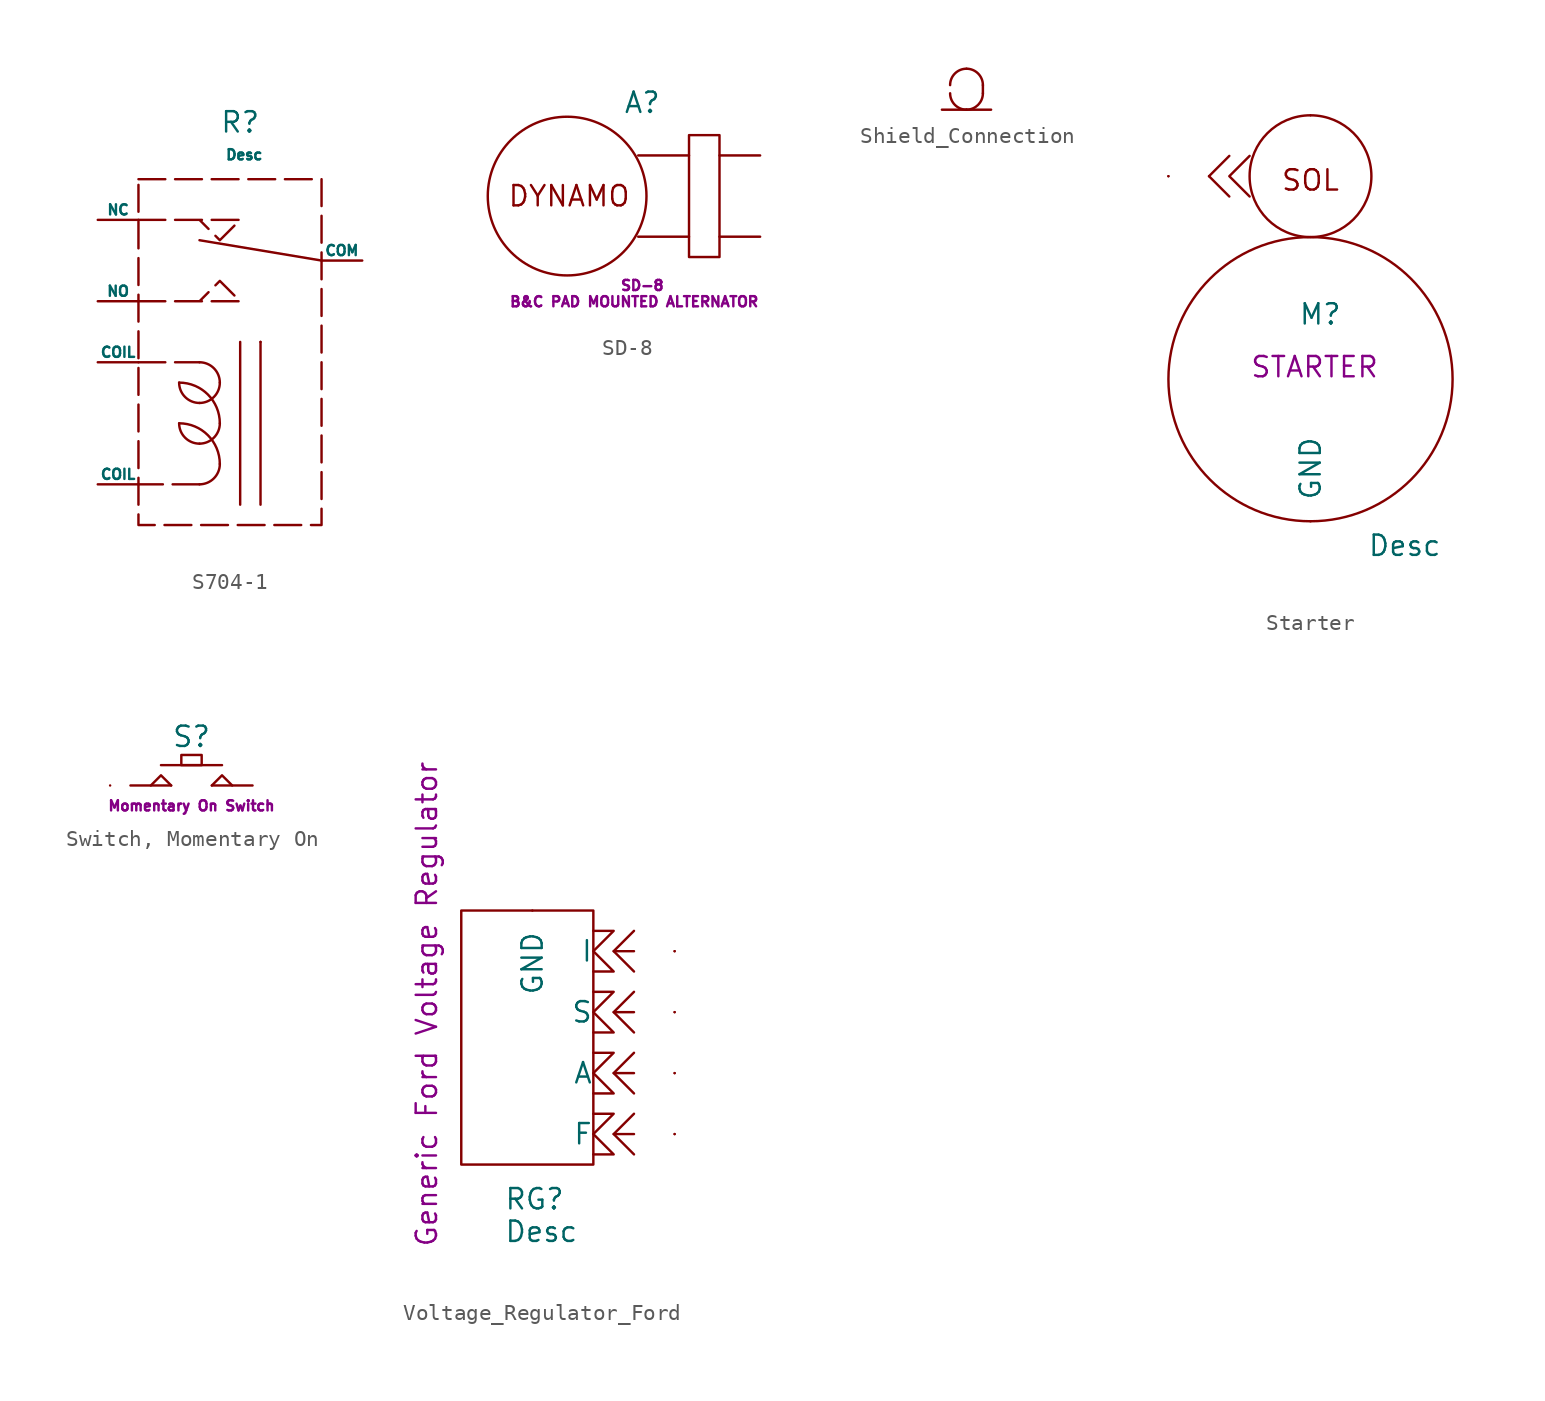
<source format=kicad_sym>
(kicad_symbol_lib
  (version 20231120)
  (generator "kicad_symbol_editor")
  (generator_version "8.0")
  (symbol "S704-1"
    (pin_numbers hide)
    (pin_names
      (offset 0))
    (property "Reference" "R"
      (at 0 16.256 0)
      (do_not_autoplace)
      (effects (font (size 1.27 1.27))))
    (property "Value" "Desc"
      (at 0.254 14.224 0)
      (do_not_autoplace)
      (effects (font (size 0.635 0.635))))
    (symbol "S704-1_0_1"
      (arc (start -3.81 -2.54) (mid -3.438 -3.438) (end -2.54 -3.81) (stroke (width 0) (type default)) (fill (type none)))
      (arc (start -3.81 0) (mid -3.438 -0.898) (end -2.54 -1.27) (stroke (width 0) (type default)) (fill (type none)))
      (arc (start -2.54 -6.35) (mid -1.642 -5.978) (end -1.27 -5.08) (stroke (width 0) (type default)) (fill (type none)))
      (arc (start -2.54 -3.81) (mid -1.642 -3.438) (end -1.27 -2.54) (stroke (width 0) (type default)) (fill (type none)))
      (arc (start -2.54 -1.27) (mid -1.642 -0.898) (end -1.27 0) (stroke (width 0) (type default)) (fill (type none)))
      (arc (start -1.27 -5.08) (mid -2.0139 -3.2839) (end -3.81 -2.54) (stroke (width 0) (type default)) (fill (type none)))
      (arc (start -1.27 -2.54) (mid -2.0139 -0.7439) (end -3.81 0) (stroke (width 0) (type default)) (fill (type none)))
      (arc (start -1.27 0) (mid -1.642 0.898) (end -2.54 1.27) (stroke (width 0) (type default)) (fill (type none)))
      (polyline (pts (xy 0 2.54) (xy 0 -7.62)) (stroke (width 0) (type default)) (fill (type none)))
      (polyline (pts (xy 1.27 2.54) (xy 1.27 -7.62)) (stroke (width 0) (type default)) (fill (type none)))
      (polyline (pts (xy 1.27 2.54) (xy 1.27 2.54)) (stroke (width 0) (type default)) (fill (type none)))
      (polyline (pts (xy 5.08 7.62) (xy -2.54 8.89)) (stroke (width 0) (type default)) (fill (type none))))
    (symbol "S704-1_1_1"
      (rectangle (start -6.35 12.7) (end 5.08 -8.89) (stroke (width 0) (type dash)) (fill (type none)))
      (polyline (pts (xy -6.35 1.27) (xy -2.54 1.27)) (stroke (width 0) (type default)) (fill (type none)))
      (polyline (pts (xy -2.54 -6.35) (xy -6.35 -6.35)) (stroke (width 0) (type default)) (fill (type none)))
      (polyline (pts (xy -6.35 5.08) (xy 0 5.08) (xy -1.27 6.35) (xy -2.54 5.08)) (stroke (width 0) (type default)) (fill (type none)))
      (polyline (pts (xy -6.35 10.16) (xy 0 10.16) (xy -1.27 8.89) (xy -2.54 10.16)) (stroke (width 0) (type default)) (fill (type none)))
      (pin passive line (at -8.89 -6.35 0) (length 2.54) (name "COIL" (effects (font (size 0.635 0.635)))) (number "" (effects (font (size 1.27 1.27)))))
      (pin passive line (at -8.89 1.27 0) (length 2.54) (name "COIL" (effects (font (size 0.635 0.635)))) (number "" (effects (font (size 1.27 1.27)))))
      (pin passive line (at 7.62 7.62 180) (length 2.54) (name "COM" (effects (font (size 0.635 0.635)))) (number "" (effects (font (size 1.27 1.27)))))
      (pin passive line (at -8.89 10.16 0) (length 2.54) (name "NC" (effects (font (size 0.635 0.635)))) (number "" (effects (font (size 1.27 1.27)))))
      (pin passive line (at -8.89 5.08 0) (length 2.54) (name "NO" (effects (font (size 0.635 0.635)))) (number "" (effects (font (size 1.27 1.27)))))))
  (symbol "SD-8"
    (pin_numbers hide)
    (pin_names hide)
    (property "Reference" "A"
      (at -1.016 5.842 0)
      (do_not_autoplace)
      (effects (font (size 1.27 1.27))))
    (property "Datasheet" "SD-8"
      (at -1.016 -5.588 0)
      (do_not_autoplace)
      (effects (font (size 0.635 0.635))))
    (property "Description" "B&C PAD MOUNTED ALTERNATOR"
      (at -1.524 -6.604 0)
      (do_not_autoplace)
      (effects (font (size 0.635 0.635))))
    (symbol "SD-8_0_1"
      (rectangle (start 1.905 3.81) (end 3.81 -3.81) (stroke (width 0) (type default)) (fill (type none))))
    (symbol "SD-8_1_1"
      (circle (center -5.715 0) (radius 4.96) (stroke (width 0) (type default)) (fill (type none)))
      (polyline (pts (xy -1.27 2.54) (xy 1.905 2.54)) (stroke (width 0) (type default)) (fill (type none)))
      (polyline (pts (xy 1.905 -2.54) (xy -1.27 -2.54)) (stroke (width 0) (type default)) (fill (type none)))
      (text "DYNAMO" (at -5.588 0 0) (effects (font (size 1.27 1.27))))
      (pin passive line (at 6.35 2.54 180) (length 2.54) (name "Ylw" (effects (font (size 1.27 1.27)))) (number "1" (effects (font (size 1.27 1.27)))))
      (pin passive line (at 6.35 -2.54 180) (length 2.54) (name "Blk" (effects (font (size 1.27 1.27)))) (number "2" (effects (font (size 1.27 1.27)))))))
  (symbol "Shield_Connection"
    (property "Reference" "W"
      (at 0 2.794 0)
      (effects (font (size 1.27 1.27)) (hide yes)))
    (symbol "Shield_Connection_0_1"
      (arc (start -1.016 -0.254) (mid -0.7184 -0.9724) (end 0 -1.27) (stroke (width 0) (type default)) (fill (type none)))
      (arc (start 0 -1.27) (mid 0.7184 -0.9724) (end 1.016 -0.254) (stroke (width 0) (type default)) (fill (type none)))
      (polyline (pts (xy -1.524 -1.27) (xy 1.524 -1.27)) (stroke (width 0) (type default)) (fill (type none)))
      (polyline (pts (xy 1.016 0.254) (xy 1.016 -0.254)) (stroke (width 0) (type default)) (fill (type none)))
      (arc (start 0 1.27) (mid -0.7184 0.9724) (end -1.016 0.254) (stroke (width 0) (type default)) (fill (type none)))
      (arc (start 1.016 0.254) (mid 0.7184 0.9724) (end 0 1.27) (stroke (width 0) (type default)) (fill (type none))))
    (symbol "Shield_Connection_1_1"
      (pin passive line (at 0 -1.27 90) (length 0) (name "" (effects (font (size 1.27 1.27)))) (number "" (effects (font (size 1.27 1.27)))))))
  (symbol "Starter"
    (pin_numbers hide)
    (pin_names
      (offset 1.27))
    (property "Reference" "M"
      (at -0.762 6.604 0)
      (do_not_autoplace)
      (effects (font (size 1.27 1.27)) (justify left)))
    (property "Value" "Desc"
      (at 3.556 -7.874 0)
      (do_not_autoplace)
      (effects (font (size 1.27 1.27)) (justify left)))
    (property "Description" "STARTER"
      (at 0.254 3.302 0)
      (do_not_autoplace)
      (effects (font (size 1.27 1.27))))
    (symbol "Starter_0_1"
      (polyline (pts (xy -5.08 16.51) (xy -6.35 15.24) (xy -5.08 13.97)) (stroke (width 0) (type default)) (fill (type none)))
      (circle (center 0 2.54) (radius 8.89) (stroke (width 0) (type default)) (fill (type none)))
      (circle (center 0 15.24) (radius 3.81) (stroke (width 0) (type default)) (fill (type none))))
    (symbol "Starter_1_1"
      (polyline (pts (xy -8.89 15.24) (xy -8.89 15.24)) (stroke (width 0) (type default)) (fill (type none)))
      (polyline (pts (xy -8.89 15.24) (xy -8.89 15.24)) (stroke (width 0) (type default)) (fill (type none)))
      (polyline (pts (xy -3.81 16.51) (xy -5.08 15.24) (xy -3.81 13.97)) (stroke (width 0) (type default)) (fill (type none)))
      (text "SOL" (at 0 14.986 0) (effects (font (size 1.27 1.27))))
      (pin passive line (at -6.35 15.24 0) (length 0) (name "" (effects (font (size 1.27 1.27)))) (number "" (effects (font (size 1.27 1.27)))))
      (pin passive line (at 0 19.05 270) (length 0) (name "" (effects (font (size 1.27 1.27)))) (number "" (effects (font (size 1.27 1.27)))))
      (pin passive line (at 0 -6.35 90) (length 0) (name "GND" (effects (font (size 1.27 1.27)))) (number "1" (effects (font (size 1.27 1.27)))))))
  (symbol "Switch, Momentary On"
    (pin_numbers hide)
    (pin_names hide)
    (property "Reference" "S"
      (at 0 3.048 0)
      (do_not_autoplace)
      (effects (font (size 1.27 1.27))))
    (property "Description" "Momentary On Switch"
      (at 0 -1.27 0)
      (do_not_autoplace)
      (effects (font (size 0.635 0.635))))
    (symbol "Switch, Momentary On_0_1"
      (rectangle (start -0.635 1.905) (end 0.635 1.27) (stroke (width 0) (type default)) (fill (type none)))
      (polyline (pts (xy -5.08 0) (xy -5.08 0)) (stroke (width 0) (type default)) (fill (type none)))
      (polyline (pts (xy -1.905 1.27) (xy 1.905 1.27)) (stroke (width 0) (type default)) (fill (type none)))
      (polyline (pts (xy -1.27 0) (xy -1.905 0.635) (xy -2.54 0)) (stroke (width 0) (type default)) (fill (type none)))
      (polyline (pts (xy 2.54 0) (xy 1.905 0.635) (xy 1.27 0)) (stroke (width 0) (type default)) (fill (type none))))
    (symbol "Switch, Momentary On_1_1"
      (pin passive line (at -3.81 0 0) (length 2.54) (name "Conn" (effects (font (size 1.27 1.27)))) (number "1" (effects (font (size 1.27 1.27)))))
      (pin passive line (at 3.81 0 180) (length 2.54) (name "" (effects (font (size 1.27 1.27)))) (number "2" (effects (font (size 1.27 1.27)))))))
  (symbol "Voltage_Regulator_Ford"
    (pin_numbers hide)
    (pin_names
      (offset 1.27))
    (property "Reference" "RG"
      (at -4.318 4.826 0)
      (do_not_autoplace)
      (effects (font (size 1.27 1.27)) (justify left)))
    (property "Value" "Desc"
      (at -4.318 2.794 0)
      (do_not_autoplace)
      (effects (font (size 1.27 1.27)) (justify left)))
    (property "Description" "Generic Ford Voltage Regulator"
      (at -9.144 17.018 90)
      (effects (font (size 1.27 1.27))))
    (symbol "Voltage_Regulator_Ford_0_1"
      (rectangle (start -6.985 22.86) (end 1.27 6.985) (stroke (width 0) (type default)) (fill (type none)))
      (polyline (pts (xy 3.81 10.16) (xy 2.54 8.89) (xy 3.81 7.62)) (stroke (width 0) (type default)) (fill (type none)))
      (polyline (pts (xy 3.81 13.97) (xy 2.54 12.7) (xy 3.81 11.43)) (stroke (width 0) (type default)) (fill (type none)))
      (polyline (pts (xy 3.81 17.78) (xy 2.54 16.51) (xy 3.81 15.24)) (stroke (width 0) (type default)) (fill (type none)))
      (polyline (pts (xy 3.81 21.59) (xy 2.54 20.32) (xy 3.81 19.05)) (stroke (width 0) (type default)) (fill (type none)))
      (polyline (pts (xy 1.27 10.16) (xy 2.54 10.16) (xy 1.27 8.89) (xy 2.54 7.62) (xy 1.27 7.62)) (stroke (width 0) (type default)) (fill (type none)))
      (polyline (pts (xy 1.27 13.97) (xy 2.54 13.97) (xy 1.27 12.7) (xy 2.54 11.43) (xy 1.27 11.43)) (stroke (width 0) (type default)) (fill (type none)))
      (polyline (pts (xy 1.27 17.78) (xy 2.54 17.78) (xy 1.27 16.51) (xy 2.54 15.24) (xy 1.27 15.24)) (stroke (width 0) (type default)) (fill (type none)))
      (polyline (pts (xy 1.27 21.59) (xy 2.54 21.59) (xy 1.27 20.32) (xy 2.54 19.05) (xy 1.27 19.05)) (stroke (width 0) (type default)) (fill (type none))))
    (symbol "Voltage_Regulator_Ford_1_1"
      (polyline (pts (xy 6.35 8.89) (xy 6.35 8.89)) (stroke (width 0) (type default)) (fill (type none)))
      (polyline (pts (xy 6.35 8.89) (xy 6.35 8.89)) (stroke (width 0) (type default)) (fill (type none)))
      (polyline (pts (xy 6.35 12.7) (xy 6.35 12.7)) (stroke (width 0) (type default)) (fill (type none)))
      (polyline (pts (xy 6.35 12.7) (xy 6.35 12.7)) (stroke (width 0) (type default)) (fill (type none)))
      (polyline (pts (xy 6.35 16.51) (xy 6.35 16.51)) (stroke (width 0) (type default)) (fill (type none)))
      (polyline (pts (xy 6.35 16.51) (xy 6.35 16.51)) (stroke (width 0) (type default)) (fill (type none)))
      (polyline (pts (xy 6.35 20.32) (xy 6.35 20.32)) (stroke (width 0) (type default)) (fill (type none)))
      (polyline (pts (xy 6.35 20.32) (xy 6.35 20.32)) (stroke (width 0) (type default)) (fill (type none)))
      (pin passive line (at -2.54 22.86 270) (length 0) (name "GND" (effects (font (size 1.27 1.27)))) (number "1" (effects (font (size 1.27 1.27)))))
      (pin passive line (at 3.81 12.7 180) (length 1.27) (name "A" (effects (font (size 1.27 1.27)))) (number "Val_A" (effects (font (size 1.27 1.27)))))
      (pin passive line (at 3.81 8.89 180) (length 1.27) (name "F" (effects (font (size 1.27 1.27)))) (number "Val_A" (effects (font (size 1.27 1.27)))))
      (pin passive line (at 3.81 20.32 180) (length 1.27) (name "I" (effects (font (size 1.27 1.27)))) (number "Val_A" (effects (font (size 1.27 1.27)))))
      (pin passive line (at 3.81 16.51 180) (length 1.27) (name "S" (effects (font (size 1.27 1.27)))) (number "Val_A" (effects (font (size 1.27 1.27))))))))
</source>
